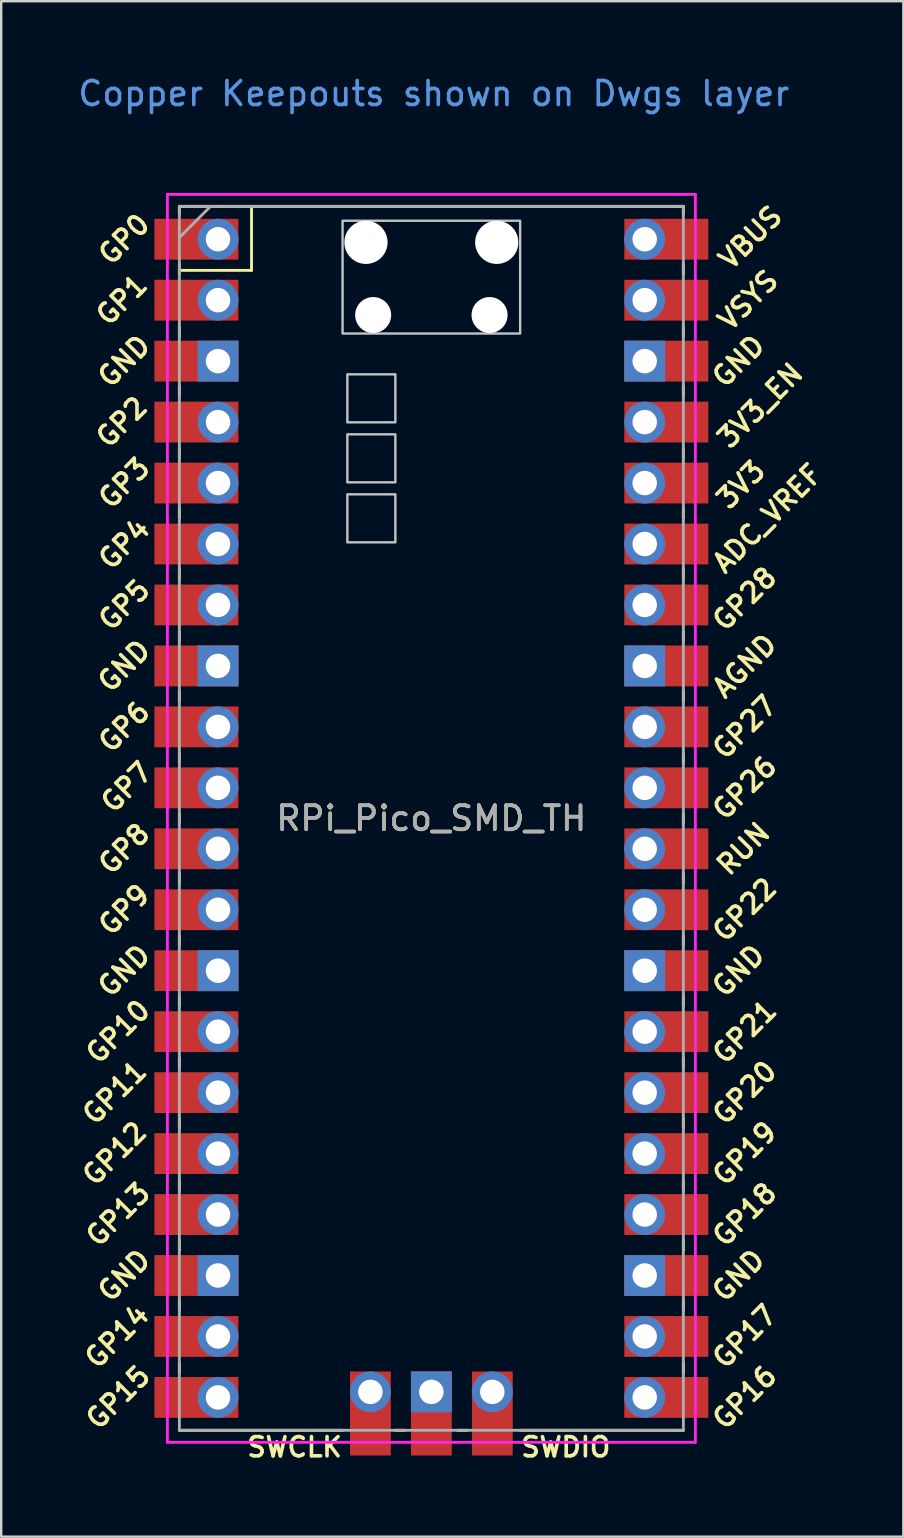
<source format=kicad_pcb>
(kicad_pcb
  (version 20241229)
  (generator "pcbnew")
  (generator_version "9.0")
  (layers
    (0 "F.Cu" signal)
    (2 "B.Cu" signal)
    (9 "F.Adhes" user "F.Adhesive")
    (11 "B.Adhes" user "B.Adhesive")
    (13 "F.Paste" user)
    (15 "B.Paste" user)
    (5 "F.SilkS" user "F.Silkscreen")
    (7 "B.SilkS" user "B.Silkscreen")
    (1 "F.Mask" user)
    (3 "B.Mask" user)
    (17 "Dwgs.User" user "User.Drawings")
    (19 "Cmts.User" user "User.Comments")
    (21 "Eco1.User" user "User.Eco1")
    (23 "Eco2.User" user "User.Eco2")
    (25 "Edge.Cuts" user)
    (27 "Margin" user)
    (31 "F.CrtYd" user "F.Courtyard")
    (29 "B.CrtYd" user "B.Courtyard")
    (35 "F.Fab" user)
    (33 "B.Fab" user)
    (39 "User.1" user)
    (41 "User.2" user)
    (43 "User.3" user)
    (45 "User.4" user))
  (footprint "RPi_Pico_SMD_TH"
    (layer "F.Cu")
    (at 14.924 31.048)
    (property "Reference" "RPi_Pico_SMD_TH" (at 0 0 0) (layer "F.SilkS") (effects (font (size 1 1) (thickness 0.15))))
    (attr through_hole)
    (fp_line (start -10.5 -25.5) (end -10.5 -25.2) (stroke (width 0.12) (type solid)) (layer "F.SilkS"))
    (fp_line (start -10.5 -25.5) (end 10.5 -25.5) (stroke (width 0.12) (type solid)) (layer "F.SilkS"))
    (fp_line (start -10.5 -23.1) (end -10.5 -22.7) (stroke (width 0.12) (type solid)) (layer "F.SilkS"))
    (fp_line (start -10.5 -22.833) (end -7.493 -22.833) (stroke (width 0.12) (type solid)) (layer "F.SilkS"))
    (fp_line (start -10.5 -20.5) (end -10.5 -20.1) (stroke (width 0.12) (type solid)) (layer "F.SilkS"))
    (fp_line (start -10.5 -18) (end -10.5 -17.6) (stroke (width 0.12) (type solid)) (layer "F.SilkS"))
    (fp_line (start -10.5 -15.4) (end -10.5 -15) (stroke (width 0.12) (type solid)) (layer "F.SilkS"))
    (fp_line (start -10.5 -12.9) (end -10.5 -12.5) (stroke (width 0.12) (type solid)) (layer "F.SilkS"))
    (fp_line (start -10.5 -10.4) (end -10.5 -10) (stroke (width 0.12) (type solid)) (layer "F.SilkS"))
    (fp_line (start -10.5 -7.8) (end -10.5 -7.4) (stroke (width 0.12) (type solid)) (layer "F.SilkS"))
    (fp_line (start -10.5 -5.3) (end -10.5 -4.9) (stroke (width 0.12) (type solid)) (layer "F.SilkS"))
    (fp_line (start -10.5 -2.7) (end -10.5 -2.3) (stroke (width 0.12) (type solid)) (layer "F.SilkS"))
    (fp_line (start -10.5 -0.2) (end -10.5 0.2) (stroke (width 0.12) (type solid)) (layer "F.SilkS"))
    (fp_line (start -10.5 2.3) (end -10.5 2.7) (stroke (width 0.12) (type solid)) (layer "F.SilkS"))
    (fp_line (start -10.5 4.9) (end -10.5 5.3) (stroke (width 0.12) (type solid)) (layer "F.SilkS"))
    (fp_line (start -10.5 7.4) (end -10.5 7.8) (stroke (width 0.12) (type solid)) (layer "F.SilkS"))
    (fp_line (start -10.5 10) (end -10.5 10.4) (stroke (width 0.12) (type solid)) (layer "F.SilkS"))
    (fp_line (start -10.5 12.5) (end -10.5 12.9) (stroke (width 0.12) (type solid)) (layer "F.SilkS"))
    (fp_line (start -10.5 15.1) (end -10.5 15.5) (stroke (width 0.12) (type solid)) (layer "F.SilkS"))
    (fp_line (start -10.5 17.6) (end -10.5 18) (stroke (width 0.12) (type solid)) (layer "F.SilkS"))
    (fp_line (start -10.5 20.1) (end -10.5 20.5) (stroke (width 0.12) (type solid)) (layer "F.SilkS"))
    (fp_line (start -10.5 22.7) (end -10.5 23.1) (stroke (width 0.12) (type solid)) (layer "F.SilkS"))
    (fp_line (start -7.493 -22.833) (end -7.493 -25.5) (stroke (width 0.12) (type solid)) (layer "F.SilkS"))
    (fp_line (start -3.7 25.5) (end -10.5 25.5) (stroke (width 0.12) (type solid)) (layer "F.SilkS"))
    (fp_line (start -1.5 25.5) (end -1.1 25.5) (stroke (width 0.12) (type solid)) (layer "F.SilkS"))
    (fp_line (start 1.1 25.5) (end 1.5 25.5) (stroke (width 0.12) (type solid)) (layer "F.SilkS"))
    (fp_line (start 10.5 -25.5) (end 10.5 -25.2) (stroke (width 0.12) (type solid)) (layer "F.SilkS"))
    (fp_line (start 10.5 -23.1) (end 10.5 -22.7) (stroke (width 0.12) (type solid)) (layer "F.SilkS"))
    (fp_line (start 10.5 -20.5) (end 10.5 -20.1) (stroke (width 0.12) (type solid)) (layer "F.SilkS"))
    (fp_line (start 10.5 -18) (end 10.5 -17.6) (stroke (width 0.12) (type solid)) (layer "F.SilkS"))
    (fp_line (start 10.5 -15.4) (end 10.5 -15) (stroke (width 0.12) (type solid)) (layer "F.SilkS"))
    (fp_line (start 10.5 -12.9) (end 10.5 -12.5) (stroke (width 0.12) (type solid)) (layer "F.SilkS"))
    (fp_line (start 10.5 -10.4) (end 10.5 -10) (stroke (width 0.12) (type solid)) (layer "F.SilkS"))
    (fp_line (start 10.5 -7.8) (end 10.5 -7.4) (stroke (width 0.12) (type solid)) (layer "F.SilkS"))
    (fp_line (start 10.5 -5.3) (end 10.5 -4.9) (stroke (width 0.12) (type solid)) (layer "F.SilkS"))
    (fp_line (start 10.5 -2.7) (end 10.5 -2.3) (stroke (width 0.12) (type solid)) (layer "F.SilkS"))
    (fp_line (start 10.5 -0.2) (end 10.5 0.2) (stroke (width 0.12) (type solid)) (layer "F.SilkS"))
    (fp_line (start 10.5 2.3) (end 10.5 2.7) (stroke (width 0.12) (type solid)) (layer "F.SilkS"))
    (fp_line (start 10.5 4.9) (end 10.5 5.3) (stroke (width 0.12) (type solid)) (layer "F.SilkS"))
    (fp_line (start 10.5 7.4) (end 10.5 7.8) (stroke (width 0.12) (type solid)) (layer "F.SilkS"))
    (fp_line (start 10.5 10) (end 10.5 10.4) (stroke (width 0.12) (type solid)) (layer "F.SilkS"))
    (fp_line (start 10.5 12.5) (end 10.5 12.9) (stroke (width 0.12) (type solid)) (layer "F.SilkS"))
    (fp_line (start 10.5 15.1) (end 10.5 15.5) (stroke (width 0.12) (type solid)) (layer "F.SilkS"))
    (fp_line (start 10.5 17.6) (end 10.5 18) (stroke (width 0.12) (type solid)) (layer "F.SilkS"))
    (fp_line (start 10.5 20.1) (end 10.5 20.5) (stroke (width 0.12) (type solid)) (layer "F.SilkS"))
    (fp_line (start 10.5 22.7) (end 10.5 23.1) (stroke (width 0.12) (type solid)) (layer "F.SilkS"))
    (fp_line (start 10.5 25.5) (end 3.7 25.5) (stroke (width 0.12) (type solid)) (layer "F.SilkS"))
    (fp_poly (pts (xy -1.5 -16.5) (xy -3.5 -16.5) (xy -3.5 -18.5) (xy -1.5 -18.5)) (stroke (width 0.1) (type solid)) (fill no) (layer "Dwgs.User"))
    (fp_poly (pts (xy -1.5 -14) (xy -3.5 -14) (xy -3.5 -16) (xy -1.5 -16)) (stroke (width 0.1) (type solid)) (fill no) (layer "Dwgs.User"))
    (fp_poly (pts (xy -1.5 -11.5) (xy -3.5 -11.5) (xy -3.5 -13.5) (xy -1.5 -13.5)) (stroke (width 0.1) (type solid)) (fill no) (layer "Dwgs.User"))
    (fp_poly (pts (xy 3.7 -20.2) (xy -3.7 -20.2) (xy -3.7 -24.9) (xy 3.7 -24.9)) (stroke (width 0.1) (type solid)) (fill no) (layer "Dwgs.User"))
    (fp_line (start -11 -26) (end 11 -26) (stroke (width 0.12) (type solid)) (layer "F.CrtYd"))
    (fp_line (start -11 26) (end -11 -26) (stroke (width 0.12) (type solid)) (layer "F.CrtYd"))
    (fp_line (start 11 -26) (end 11 26) (stroke (width 0.12) (type solid)) (layer "F.CrtYd"))
    (fp_line (start 11 26) (end -11 26) (stroke (width 0.12) (type solid)) (layer "F.CrtYd"))
    (fp_line (start -10.5 -25.5) (end 10.5 -25.5) (stroke (width 0.12) (type solid)) (layer "F.Fab"))
    (fp_line (start -10.5 -24.2) (end -9.2 -25.5) (stroke (width 0.12) (type solid)) (layer "F.Fab"))
    (fp_line (start -10.5 25.5) (end -10.5 -25.5) (stroke (width 0.12) (type solid)) (layer "F.Fab"))
    (fp_line (start 10.5 -25.5) (end 10.5 25.5) (stroke (width 0.12) (type solid)) (layer "F.Fab"))
    (fp_line (start 10.5 25.5) (end -10.5 25.5) (stroke (width 0.12) (type solid)) (layer "F.Fab"))
    (fp_text user "GP12" (at -13.2 13.97 45) (layer "F.SilkS") (effects (font (size 0.8 0.8) (thickness 0.15))))
    (fp_text user "ADC_VREF" (at 14 -12.5 45) (layer "F.SilkS") (effects (font (size 0.8 0.8) (thickness 0.15))))
    (fp_text user "GP22" (at 13.054 3.81 45) (layer "F.SilkS") (effects (font (size 0.8 0.8) (thickness 0.15))))
    (fp_text user "GP20" (at 13.054 11.43 45) (layer "F.SilkS") (effects (font (size 0.8 0.8) (thickness 0.15))))
    (fp_text user "VBUS" (at 13.3 -24.2 45) (layer "F.SilkS") (effects (font (size 0.8 0.8) (thickness 0.15))))
    (fp_text user "GP16" (at 13.054 24.13 45) (layer "F.SilkS") (effects (font (size 0.8 0.8) (thickness 0.15))))
    (fp_text user "GP28" (at 13.054 -9.144 45) (layer "F.SilkS") (effects (font (size 0.8 0.8) (thickness 0.15))))
    (fp_text user "RUN" (at 13 1.27 45) (layer "F.SilkS") (effects (font (size 0.8 0.8) (thickness 0.15))))
    (fp_text user "GP11" (at -13.2 11.43 45) (layer "F.SilkS") (effects (font (size 0.8 0.8) (thickness 0.15))))
    (fp_text user "GP18" (at 13.054 16.51 45) (layer "F.SilkS") (effects (font (size 0.8 0.8) (thickness 0.15))))
    (fp_text user "GP19" (at 13.054 13.97 45) (layer "F.SilkS") (effects (font (size 0.8 0.8) (thickness 0.15))))
    (fp_text user "GND" (at -12.8 6.35 45) (layer "F.SilkS") (effects (font (size 0.8 0.8) (thickness 0.15))))
    (fp_text user "GP2" (at -12.9 -16.51 45) (layer "F.SilkS") (effects (font (size 0.8 0.8) (thickness 0.15))))
    (fp_text user "GP6" (at -12.8 -3.81 45) (layer "F.SilkS") (effects (font (size 0.8 0.8) (thickness 0.15))))
    (fp_text user "GND" (at 12.8 19.05 45) (layer "F.SilkS") (effects (font (size 0.8 0.8) (thickness 0.15))))
    (fp_text user "AGND" (at 13.054 -6.35 45) (layer "F.SilkS") (effects (font (size 0.8 0.8) (thickness 0.15))))
    (fp_text user "GP26" (at 13.054 -1.27 45) (layer "F.SilkS") (effects (font (size 0.8 0.8) (thickness 0.15))))
    (fp_text user "GP13" (at -13.054 16.51 45) (layer "F.SilkS") (effects (font (size 0.8 0.8) (thickness 0.15))))
    (fp_text user "GP10" (at -13.054 8.89 45) (layer "F.SilkS") (effects (font (size 0.8 0.8) (thickness 0.15))))
    (fp_text user "GP5" (at -12.8 -8.89 45) (layer "F.SilkS") (effects (font (size 0.8 0.8) (thickness 0.15))))
    (fp_text user "GND" (at 12.8 6.35 45) (layer "F.SilkS") (effects (font (size 0.8 0.8) (thickness 0.15))))
    (fp_text user "GND" (at 12.8 -19.05 45) (layer "F.SilkS") (effects (font (size 0.8 0.8) (thickness 0.15))))
    (fp_text user "GP1" (at -12.9 -21.6 45) (layer "F.SilkS") (effects (font (size 0.8 0.8) (thickness 0.15))))
    (fp_text user "3V3" (at 12.9 -13.9 45) (layer "F.SilkS") (effects (font (size 0.8 0.8) (thickness 0.15))))
    (fp_text user "SWDIO" (at 5.6 26.2 0) (layer "F.SilkS") (effects (font (size 0.8 0.8) (thickness 0.15))))
    (fp_text user "GP3" (at -12.8 -13.97 45) (layer "F.SilkS") (effects (font (size 0.8 0.8) (thickness 0.15))))
    (fp_text user "GP17" (at 13.054 21.59 45) (layer "F.SilkS") (effects (font (size 0.8 0.8) (thickness 0.15))))
    (fp_text user "GP4" (at -12.8 -11.43 45) (layer "F.SilkS") (effects (font (size 0.8 0.8) (thickness 0.15))))
    (fp_text user "GP8" (at -12.8 1.27 45) (layer "F.SilkS") (effects (font (size 0.8 0.8) (thickness 0.15))))
    (fp_text user "3V3_EN" (at 13.7 -17.2 45) (layer "F.SilkS") (effects (font (size 0.8 0.8) (thickness 0.15))))
    (fp_text user "GP15" (at -13.054 24.13 45) (layer "F.SilkS") (effects (font (size 0.8 0.8) (thickness 0.15))))
    (fp_text user "GP27" (at 13.054 -3.8 45) (layer "F.SilkS") (effects (font (size 0.8 0.8) (thickness 0.15))))
    (fp_text user "GND" (at -12.8 -6.35 45) (layer "F.SilkS") (effects (font (size 0.8 0.8) (thickness 0.15))))
    (fp_text user "VSYS" (at 13.2 -21.59 45) (layer "F.SilkS") (effects (font (size 0.8 0.8) (thickness 0.15))))
    (fp_text user "GND" (at -12.8 19.05 45) (layer "F.SilkS") (effects (font (size 0.8 0.8) (thickness 0.15))))
    (fp_text user "GP0" (at -12.8 -24.13 45) (layer "F.SilkS") (effects (font (size 0.8 0.8) (thickness 0.15))))
    (fp_text user "GP9" (at -12.8 3.81 45) (layer "F.SilkS") (effects (font (size 0.8 0.8) (thickness 0.15))))
    (fp_text user "GP7" (at -12.7 -1.3 45) (layer "F.SilkS") (effects (font (size 0.8 0.8) (thickness 0.15))))
    (fp_text user "GP14" (at -13.1 21.59 45) (layer "F.SilkS") (effects (font (size 0.8 0.8) (thickness 0.15))))
    (fp_text user "GP21" (at 13.054 8.9 45) (layer "F.SilkS") (effects (font (size 0.8 0.8) (thickness 0.15))))
    (fp_text user "GND" (at -12.8 -19.05 45) (layer "F.SilkS") (effects (font (size 0.8 0.8) (thickness 0.15))))
    (fp_text user "SWCLK" (at -5.7 26.2 0) (layer "F.SilkS") (effects (font (size 0.8 0.8) (thickness 0.15))))
    (fp_text user "Copper Keepouts shown on Dwgs layer" (at 0.1 -30.2 0) (layer "Cmts.User") (effects (font (size 1 1) (thickness 0.15))))
    (fp_text user "${REFERENCE}" (at 0 0 180) (layer "F.Fab") (effects (font (size 1 1) (thickness 0.15))))
    (pad "" np_thru_hole oval (at -2.725 -24) (size 1.8 1.8) (drill 1.8) (layers "*.Cu" "*.Mask"))
    (pad "" np_thru_hole oval (at -2.425 -20.97) (size 1.5 1.5) (drill 1.5) (layers "*.Cu" "*.Mask"))
    (pad "" np_thru_hole oval (at 2.425 -20.97) (size 1.5 1.5) (drill 1.5) (layers "*.Cu" "*.Mask"))
    (pad "" np_thru_hole oval (at 2.725 -24) (size 1.8 1.8) (drill 1.8) (layers "*.Cu" "*.Mask"))
    (pad "1" thru_hole oval (at -8.89 -24.13) (size 1.7 1.7) (drill 1.02) (layers "*.Cu" "*.Mask"))
    (pad "1" smd rect (at -8.89 -24.13) (size 3.5 1.7) (drill (offset -0.9 0)) (layers "F.Cu" "F.Mask"))
    (pad "2" thru_hole oval (at -8.89 -21.59) (size 1.7 1.7) (drill 1.02) (layers "*.Cu" "*.Mask"))
    (pad "2" smd rect (at -8.89 -21.59) (size 3.5 1.7) (drill (offset -0.9 0)) (layers "F.Cu" "F.Mask"))
    (pad "3" thru_hole rect (at -8.89 -19.05) (size 1.7 1.7) (drill 1.02) (layers "*.Cu" "*.Mask"))
    (pad "3" smd rect (at -8.89 -19.05) (size 3.5 1.7) (drill (offset -0.9 0)) (layers "F.Cu" "F.Mask"))
    (pad "4" thru_hole oval (at -8.89 -16.51) (size 1.7 1.7) (drill 1.02) (layers "*.Cu" "*.Mask"))
    (pad "4" smd rect (at -8.89 -16.51) (size 3.5 1.7) (drill (offset -0.9 0)) (layers "F.Cu" "F.Mask"))
    (pad "5" thru_hole oval (at -8.89 -13.97) (size 1.7 1.7) (drill 1.02) (layers "*.Cu" "*.Mask"))
    (pad "5" smd rect (at -8.89 -13.97) (size 3.5 1.7) (drill (offset -0.9 0)) (layers "F.Cu" "F.Mask"))
    (pad "6" thru_hole oval (at -8.89 -11.43) (size 1.7 1.7) (drill 1.02) (layers "*.Cu" "*.Mask"))
    (pad "6" smd rect (at -8.89 -11.43) (size 3.5 1.7) (drill (offset -0.9 0)) (layers "F.Cu" "F.Mask"))
    (pad "7" thru_hole oval (at -8.89 -8.89) (size 1.7 1.7) (drill 1.02) (layers "*.Cu" "*.Mask"))
    (pad "7" smd rect (at -8.89 -8.89) (size 3.5 1.7) (drill (offset -0.9 0)) (layers "F.Cu" "F.Mask"))
    (pad "8" thru_hole rect (at -8.89 -6.35) (size 1.7 1.7) (drill 1.02) (layers "*.Cu" "*.Mask"))
    (pad "8" smd rect (at -8.89 -6.35) (size 3.5 1.7) (drill (offset -0.9 0)) (layers "F.Cu" "F.Mask"))
    (pad "9" thru_hole oval (at -8.89 -3.81) (size 1.7 1.7) (drill 1.02) (layers "*.Cu" "*.Mask"))
    (pad "9" smd rect (at -8.89 -3.81) (size 3.5 1.7) (drill (offset -0.9 0)) (layers "F.Cu" "F.Mask"))
    (pad "10" thru_hole oval (at -8.89 -1.27) (size 1.7 1.7) (drill 1.02) (layers "*.Cu" "*.Mask"))
    (pad "10" smd rect (at -8.89 -1.27) (size 3.5 1.7) (drill (offset -0.9 0)) (layers "F.Cu" "F.Mask"))
    (pad "11" thru_hole oval (at -8.89 1.27) (size 1.7 1.7) (drill 1.02) (layers "*.Cu" "*.Mask"))
    (pad "11" smd rect (at -8.89 1.27) (size 3.5 1.7) (drill (offset -0.9 0)) (layers "F.Cu" "F.Mask"))
    (pad "12" thru_hole oval (at -8.89 3.81) (size 1.7 1.7) (drill 1.02) (layers "*.Cu" "*.Mask"))
    (pad "12" smd rect (at -8.89 3.81) (size 3.5 1.7) (drill (offset -0.9 0)) (layers "F.Cu" "F.Mask"))
    (pad "13" thru_hole rect (at -8.89 6.35) (size 1.7 1.7) (drill 1.02) (layers "*.Cu" "*.Mask"))
    (pad "13" smd rect (at -8.89 6.35) (size 3.5 1.7) (drill (offset -0.9 0)) (layers "F.Cu" "F.Mask"))
    (pad "14" thru_hole oval (at -8.89 8.89) (size 1.7 1.7) (drill 1.02) (layers "*.Cu" "*.Mask"))
    (pad "14" smd rect (at -8.89 8.89) (size 3.5 1.7) (drill (offset -0.9 0)) (layers "F.Cu" "F.Mask"))
    (pad "15" thru_hole oval (at -8.89 11.43) (size 1.7 1.7) (drill 1.02) (layers "*.Cu" "*.Mask"))
    (pad "15" smd rect (at -8.89 11.43) (size 3.5 1.7) (drill (offset -0.9 0)) (layers "F.Cu" "F.Mask"))
    (pad "16" thru_hole oval (at -8.89 13.97) (size 1.7 1.7) (drill 1.02) (layers "*.Cu" "*.Mask"))
    (pad "16" smd rect (at -8.89 13.97) (size 3.5 1.7) (drill (offset -0.9 0)) (layers "F.Cu" "F.Mask"))
    (pad "17" thru_hole oval (at -8.89 16.51) (size 1.7 1.7) (drill 1.02) (layers "*.Cu" "*.Mask"))
    (pad "17" smd rect (at -8.89 16.51) (size 3.5 1.7) (drill (offset -0.9 0)) (layers "F.Cu" "F.Mask"))
    (pad "18" thru_hole rect (at -8.89 19.05) (size 1.7 1.7) (drill 1.02) (layers "*.Cu" "*.Mask"))
    (pad "18" smd rect (at -8.89 19.05) (size 3.5 1.7) (drill (offset -0.9 0)) (layers "F.Cu" "F.Mask"))
    (pad "19" thru_hole oval (at -8.89 21.59) (size 1.7 1.7) (drill 1.02) (layers "*.Cu" "*.Mask"))
    (pad "19" smd rect (at -8.89 21.59) (size 3.5 1.7) (drill (offset -0.9 0)) (layers "F.Cu" "F.Mask"))
    (pad "20" thru_hole oval (at -8.89 24.13) (size 1.7 1.7) (drill 1.02) (layers "*.Cu" "*.Mask"))
    (pad "20" smd rect (at -8.89 24.13) (size 3.5 1.7) (drill (offset -0.9 0)) (layers "F.Cu" "F.Mask"))
    (pad "21" thru_hole oval (at 8.89 24.13) (size 1.7 1.7) (drill 1.02) (layers "*.Cu" "*.Mask"))
    (pad "21" smd rect (at 8.89 24.13) (size 3.5 1.7) (drill (offset 0.9 0)) (layers "F.Cu" "F.Mask"))
    (pad "22" thru_hole oval (at 8.89 21.59) (size 1.7 1.7) (drill 1.02) (layers "*.Cu" "*.Mask"))
    (pad "22" smd rect (at 8.89 21.59) (size 3.5 1.7) (drill (offset 0.9 0)) (layers "F.Cu" "F.Mask"))
    (pad "23" thru_hole rect (at 8.89 19.05) (size 1.7 1.7) (drill 1.02) (layers "*.Cu" "*.Mask"))
    (pad "23" smd rect (at 8.89 19.05) (size 3.5 1.7) (drill (offset 0.9 0)) (layers "F.Cu" "F.Mask"))
    (pad "24" thru_hole oval (at 8.89 16.51) (size 1.7 1.7) (drill 1.02) (layers "*.Cu" "*.Mask"))
    (pad "24" smd rect (at 8.89 16.51) (size 3.5 1.7) (drill (offset 0.9 0)) (layers "F.Cu" "F.Mask"))
    (pad "25" thru_hole oval (at 8.89 13.97) (size 1.7 1.7) (drill 1.02) (layers "*.Cu" "*.Mask"))
    (pad "25" smd rect (at 8.89 13.97) (size 3.5 1.7) (drill (offset 0.9 0)) (layers "F.Cu" "F.Mask"))
    (pad "26" thru_hole oval (at 8.89 11.43) (size 1.7 1.7) (drill 1.02) (layers "*.Cu" "*.Mask"))
    (pad "26" smd rect (at 8.89 11.43) (size 3.5 1.7) (drill (offset 0.9 0)) (layers "F.Cu" "F.Mask"))
    (pad "27" thru_hole oval (at 8.89 8.89) (size 1.7 1.7) (drill 1.02) (layers "*.Cu" "*.Mask"))
    (pad "27" smd rect (at 8.89 8.89) (size 3.5 1.7) (drill (offset 0.9 0)) (layers "F.Cu" "F.Mask"))
    (pad "28" thru_hole rect (at 8.89 6.35) (size 1.7 1.7) (drill 1.02) (layers "*.Cu" "*.Mask"))
    (pad "28" smd rect (at 8.89 6.35) (size 3.5 1.7) (drill (offset 0.9 0)) (layers "F.Cu" "F.Mask"))
    (pad "29" thru_hole oval (at 8.89 3.81) (size 1.7 1.7) (drill 1.02) (layers "*.Cu" "*.Mask"))
    (pad "29" smd rect (at 8.89 3.81) (size 3.5 1.7) (drill (offset 0.9 0)) (layers "F.Cu" "F.Mask"))
    (pad "30" thru_hole oval (at 8.89 1.27) (size 1.7 1.7) (drill 1.02) (layers "*.Cu" "*.Mask"))
    (pad "30" smd rect (at 8.89 1.27) (size 3.5 1.7) (drill (offset 0.9 0)) (layers "F.Cu" "F.Mask"))
    (pad "31" thru_hole oval (at 8.89 -1.27) (size 1.7 1.7) (drill 1.02) (layers "*.Cu" "*.Mask"))
    (pad "31" smd rect (at 8.89 -1.27) (size 3.5 1.7) (drill (offset 0.9 0)) (layers "F.Cu" "F.Mask"))
    (pad "32" thru_hole oval (at 8.89 -3.81) (size 1.7 1.7) (drill 1.02) (layers "*.Cu" "*.Mask"))
    (pad "32" smd rect (at 8.89 -3.81) (size 3.5 1.7) (drill (offset 0.9 0)) (layers "F.Cu" "F.Mask"))
    (pad "33" thru_hole rect (at 8.89 -6.35) (size 1.7 1.7) (drill 1.02) (layers "*.Cu" "*.Mask"))
    (pad "33" smd rect (at 8.89 -6.35) (size 3.5 1.7) (drill (offset 0.9 0)) (layers "F.Cu" "F.Mask"))
    (pad "34" thru_hole oval (at 8.89 -8.89) (size 1.7 1.7) (drill 1.02) (layers "*.Cu" "*.Mask"))
    (pad "34" smd rect (at 8.89 -8.89) (size 3.5 1.7) (drill (offset 0.9 0)) (layers "F.Cu" "F.Mask"))
    (pad "35" thru_hole oval (at 8.89 -11.43) (size 1.7 1.7) (drill 1.02) (layers "*.Cu" "*.Mask"))
    (pad "35" smd rect (at 8.89 -11.43) (size 3.5 1.7) (drill (offset 0.9 0)) (layers "F.Cu" "F.Mask"))
    (pad "36" thru_hole oval (at 8.89 -13.97) (size 1.7 1.7) (drill 1.02) (layers "*.Cu" "*.Mask"))
    (pad "36" smd rect (at 8.89 -13.97) (size 3.5 1.7) (drill (offset 0.9 0)) (layers "F.Cu" "F.Mask"))
    (pad "37" thru_hole oval (at 8.89 -16.51) (size 1.7 1.7) (drill 1.02) (layers "*.Cu" "*.Mask"))
    (pad "37" smd rect (at 8.89 -16.51) (size 3.5 1.7) (drill (offset 0.9 0)) (layers "F.Cu" "F.Mask"))
    (pad "38" thru_hole rect (at 8.89 -19.05) (size 1.7 1.7) (drill 1.02) (layers "*.Cu" "*.Mask"))
    (pad "38" smd rect (at 8.89 -19.05) (size 3.5 1.7) (drill (offset 0.9 0)) (layers "F.Cu" "F.Mask"))
    (pad "39" thru_hole oval (at 8.89 -21.59) (size 1.7 1.7) (drill 1.02) (layers "*.Cu" "*.Mask"))
    (pad "39" smd rect (at 8.89 -21.59) (size 3.5 1.7) (drill (offset 0.9 0)) (layers "F.Cu" "F.Mask"))
    (pad "40" thru_hole oval (at 8.89 -24.13) (size 1.7 1.7) (drill 1.02) (layers "*.Cu" "*.Mask"))
    (pad "40" smd rect (at 8.89 -24.13) (size 3.5 1.7) (drill (offset 0.9 0)) (layers "F.Cu" "F.Mask"))
    (pad "41" thru_hole oval (at -2.54 23.9) (size 1.7 1.7) (drill 1.02) (layers "*.Cu" "*.Mask"))
    (pad "41" smd rect (at -2.54 23.9 90) (size 3.5 1.7) (drill (offset -0.9 0)) (layers "F.Cu" "F.Mask"))
    (pad "42" thru_hole rect (at 0 23.9) (size 1.7 1.7) (drill 1.02) (layers "*.Cu" "*.Mask"))
    (pad "42" smd rect (at 0 23.9 90) (size 3.5 1.7) (drill (offset -0.9 0)) (layers "F.Cu" "F.Mask"))
    (pad "43" thru_hole oval (at 2.54 23.9) (size 1.7 1.7) (drill 1.02) (layers "*.Cu" "*.Mask"))
    (pad "43" smd rect (at 2.54 23.9 90) (size 3.5 1.7) (drill (offset -0.9 0)) (layers "F.Cu" "F.Mask")))
  (gr_rect
    (start -3 -3)
    (end 34.591 60.98)
    (stroke (width 0.1) (type default))
    (fill no)
    (layer "Edge.Cuts")))
</source>
